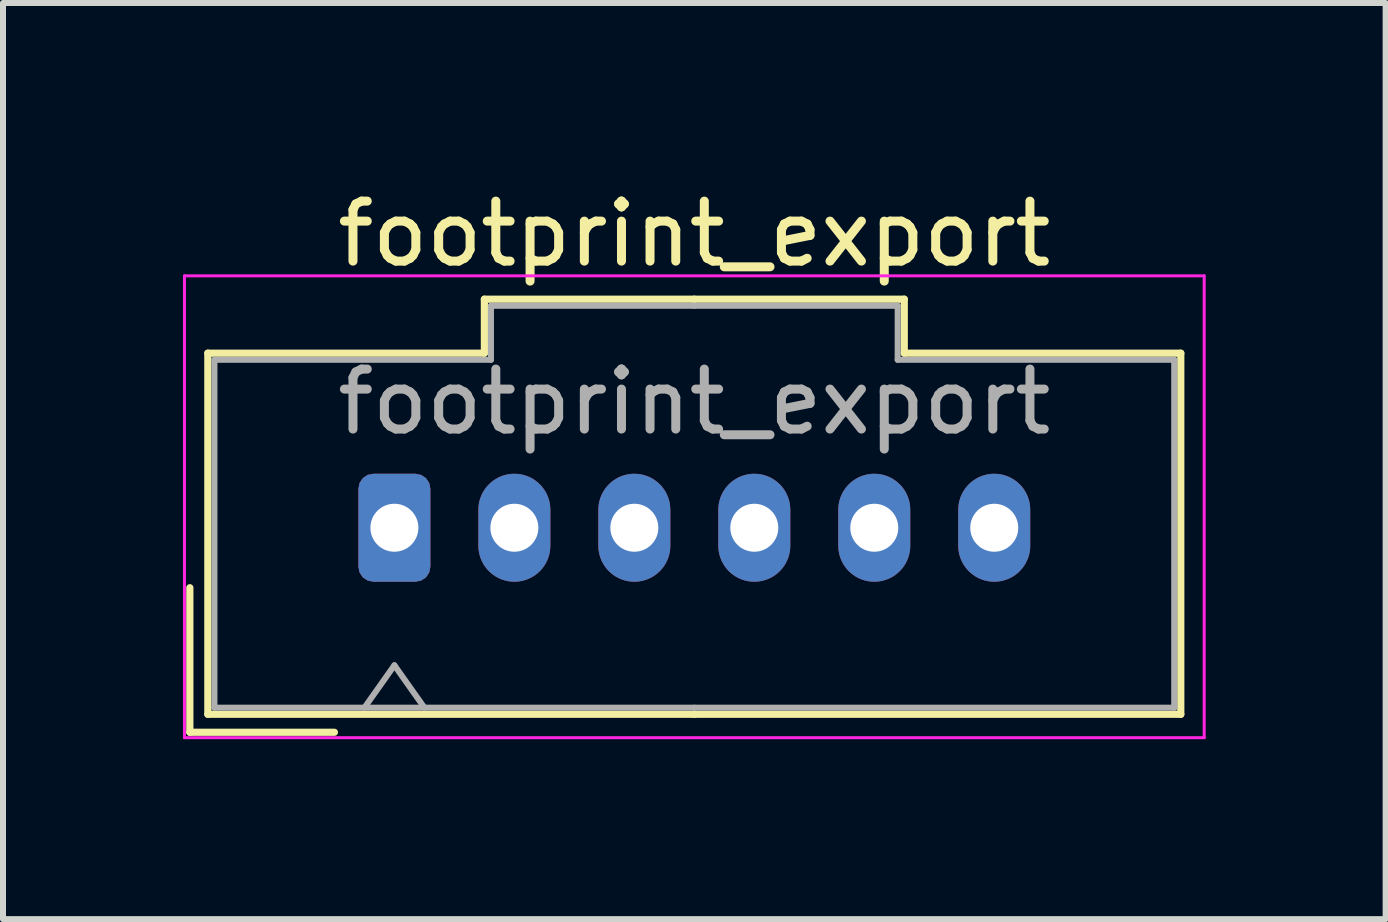
<source format=kicad_pcb>
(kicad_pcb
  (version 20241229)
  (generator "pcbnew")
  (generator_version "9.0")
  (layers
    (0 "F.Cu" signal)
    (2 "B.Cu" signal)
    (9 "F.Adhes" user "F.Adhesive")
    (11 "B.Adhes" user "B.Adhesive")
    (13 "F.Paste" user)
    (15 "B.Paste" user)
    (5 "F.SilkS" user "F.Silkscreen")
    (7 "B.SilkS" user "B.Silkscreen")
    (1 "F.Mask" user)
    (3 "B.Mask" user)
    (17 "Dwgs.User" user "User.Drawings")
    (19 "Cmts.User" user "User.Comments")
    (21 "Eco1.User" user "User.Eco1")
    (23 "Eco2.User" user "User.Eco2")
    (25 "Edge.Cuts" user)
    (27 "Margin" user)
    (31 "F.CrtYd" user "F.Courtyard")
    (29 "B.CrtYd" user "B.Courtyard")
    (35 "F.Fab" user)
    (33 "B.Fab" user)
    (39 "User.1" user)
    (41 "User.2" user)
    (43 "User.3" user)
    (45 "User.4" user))
  (footprint "footprint_export"
    (layer "F.Cu")
    (at 3.525 5.748)
    (property "Reference" "footprint_export" (at 5 -4.9 0) (layer "F.SilkS") (effects (font (size 1 1) (thickness 0.15))))
    (attr through_hole)
    (fp_line (start -3.41 1) (end -3.41 3.41) (stroke (width 0.12) (type solid)) (layer "F.SilkS"))
    (fp_line (start -3.41 3.41) (end -1 3.41) (stroke (width 0.12) (type solid)) (layer "F.SilkS"))
    (fp_line (start -3.11 -2.91) (end -3.11 3.11) (stroke (width 0.12) (type solid)) (layer "F.SilkS"))
    (fp_line (start -3.11 3.11) (end 5 3.11) (stroke (width 0.12) (type solid)) (layer "F.SilkS"))
    (fp_line (start 1.5 -3.81) (end 1.5 -2.91) (stroke (width 0.12) (type solid)) (layer "F.SilkS"))
    (fp_line (start 1.5 -2.91) (end -3.11 -2.91) (stroke (width 0.12) (type solid)) (layer "F.SilkS"))
    (fp_line (start 5 -3.81) (end 1.5 -3.81) (stroke (width 0.12) (type solid)) (layer "F.SilkS"))
    (fp_line (start 5 -3.81) (end 8.5 -3.81) (stroke (width 0.12) (type solid)) (layer "F.SilkS"))
    (fp_line (start 8.5 -3.81) (end 8.5 -2.91) (stroke (width 0.12) (type solid)) (layer "F.SilkS"))
    (fp_line (start 8.5 -2.91) (end 13.11 -2.91) (stroke (width 0.12) (type solid)) (layer "F.SilkS"))
    (fp_line (start 13.11 -2.91) (end 13.11 3.11) (stroke (width 0.12) (type solid)) (layer "F.SilkS"))
    (fp_line (start 13.11 3.11) (end 5 3.11) (stroke (width 0.12) (type solid)) (layer "F.SilkS"))
    (fp_line (start -3.5 -4.2) (end -3.5 3.5) (stroke (width 0.05) (type solid)) (layer "F.CrtYd"))
    (fp_line (start -3.5 3.5) (end 13.5 3.5) (stroke (width 0.05) (type solid)) (layer "F.CrtYd"))
    (fp_line (start 13.5 -4.2) (end -3.5 -4.2) (stroke (width 0.05) (type solid)) (layer "F.CrtYd"))
    (fp_line (start 13.5 3.5) (end 13.5 -4.2) (stroke (width 0.05) (type solid)) (layer "F.CrtYd"))
    (fp_line (start -3 -2.8) (end -3 3) (stroke (width 0.1) (type solid)) (layer "F.Fab"))
    (fp_line (start -3 3) (end 5 3) (stroke (width 0.1) (type solid)) (layer "F.Fab"))
    (fp_line (start -0.5 3) (end 0 2.293) (stroke (width 0.1) (type solid)) (layer "F.Fab"))
    (fp_line (start 0 2.293) (end 0.5 3) (stroke (width 0.1) (type solid)) (layer "F.Fab"))
    (fp_line (start 1.61 -3.7) (end 1.61 -2.8) (stroke (width 0.1) (type solid)) (layer "F.Fab"))
    (fp_line (start 1.61 -2.8) (end -3 -2.8) (stroke (width 0.1) (type solid)) (layer "F.Fab"))
    (fp_line (start 5 -3.7) (end 1.61 -3.7) (stroke (width 0.1) (type solid)) (layer "F.Fab"))
    (fp_line (start 5 -3.7) (end 8.39 -3.7) (stroke (width 0.1) (type solid)) (layer "F.Fab"))
    (fp_line (start 8.39 -3.7) (end 8.39 -2.8) (stroke (width 0.1) (type solid)) (layer "F.Fab"))
    (fp_line (start 8.39 -2.8) (end 13 -2.8) (stroke (width 0.1) (type solid)) (layer "F.Fab"))
    (fp_line (start 13 -2.8) (end 13 3) (stroke (width 0.1) (type solid)) (layer "F.Fab"))
    (fp_line (start 13 3) (end 5 3) (stroke (width 0.1) (type solid)) (layer "F.Fab"))
    (fp_text user "${REFERENCE}" (at 5 -2.1 0) (layer "F.Fab") (effects (font (size 1 1) (thickness 0.15))))
    (pad "1" thru_hole roundrect (at 0 0) (size 1.2 1.8) (drill 0.8) (layers "*.Cu" "*.Mask") (roundrect_rratio 0.208))
    (pad "2" thru_hole oval (at 2 0) (size 1.2 1.8) (drill 0.8) (layers "*.Cu" "*.Mask"))
    (pad "3" thru_hole oval (at 4 0) (size 1.2 1.8) (drill 0.8) (layers "*.Cu" "*.Mask"))
    (pad "4" thru_hole oval (at 6 0) (size 1.2 1.8) (drill 0.8) (layers "*.Cu" "*.Mask"))
    (pad "5" thru_hole oval (at 8 0) (size 1.2 1.8) (drill 0.8) (layers "*.Cu" "*.Mask"))
    (pad "6" thru_hole oval (at 10 0) (size 1.2 1.8) (drill 0.8) (layers "*.Cu" "*.Mask")))
  (gr_rect
    (start -3 -3)
    (end 20.05 12.273)
    (stroke (width 0.1) (type default))
    (fill no)
    (layer "Edge.Cuts")))
</source>
